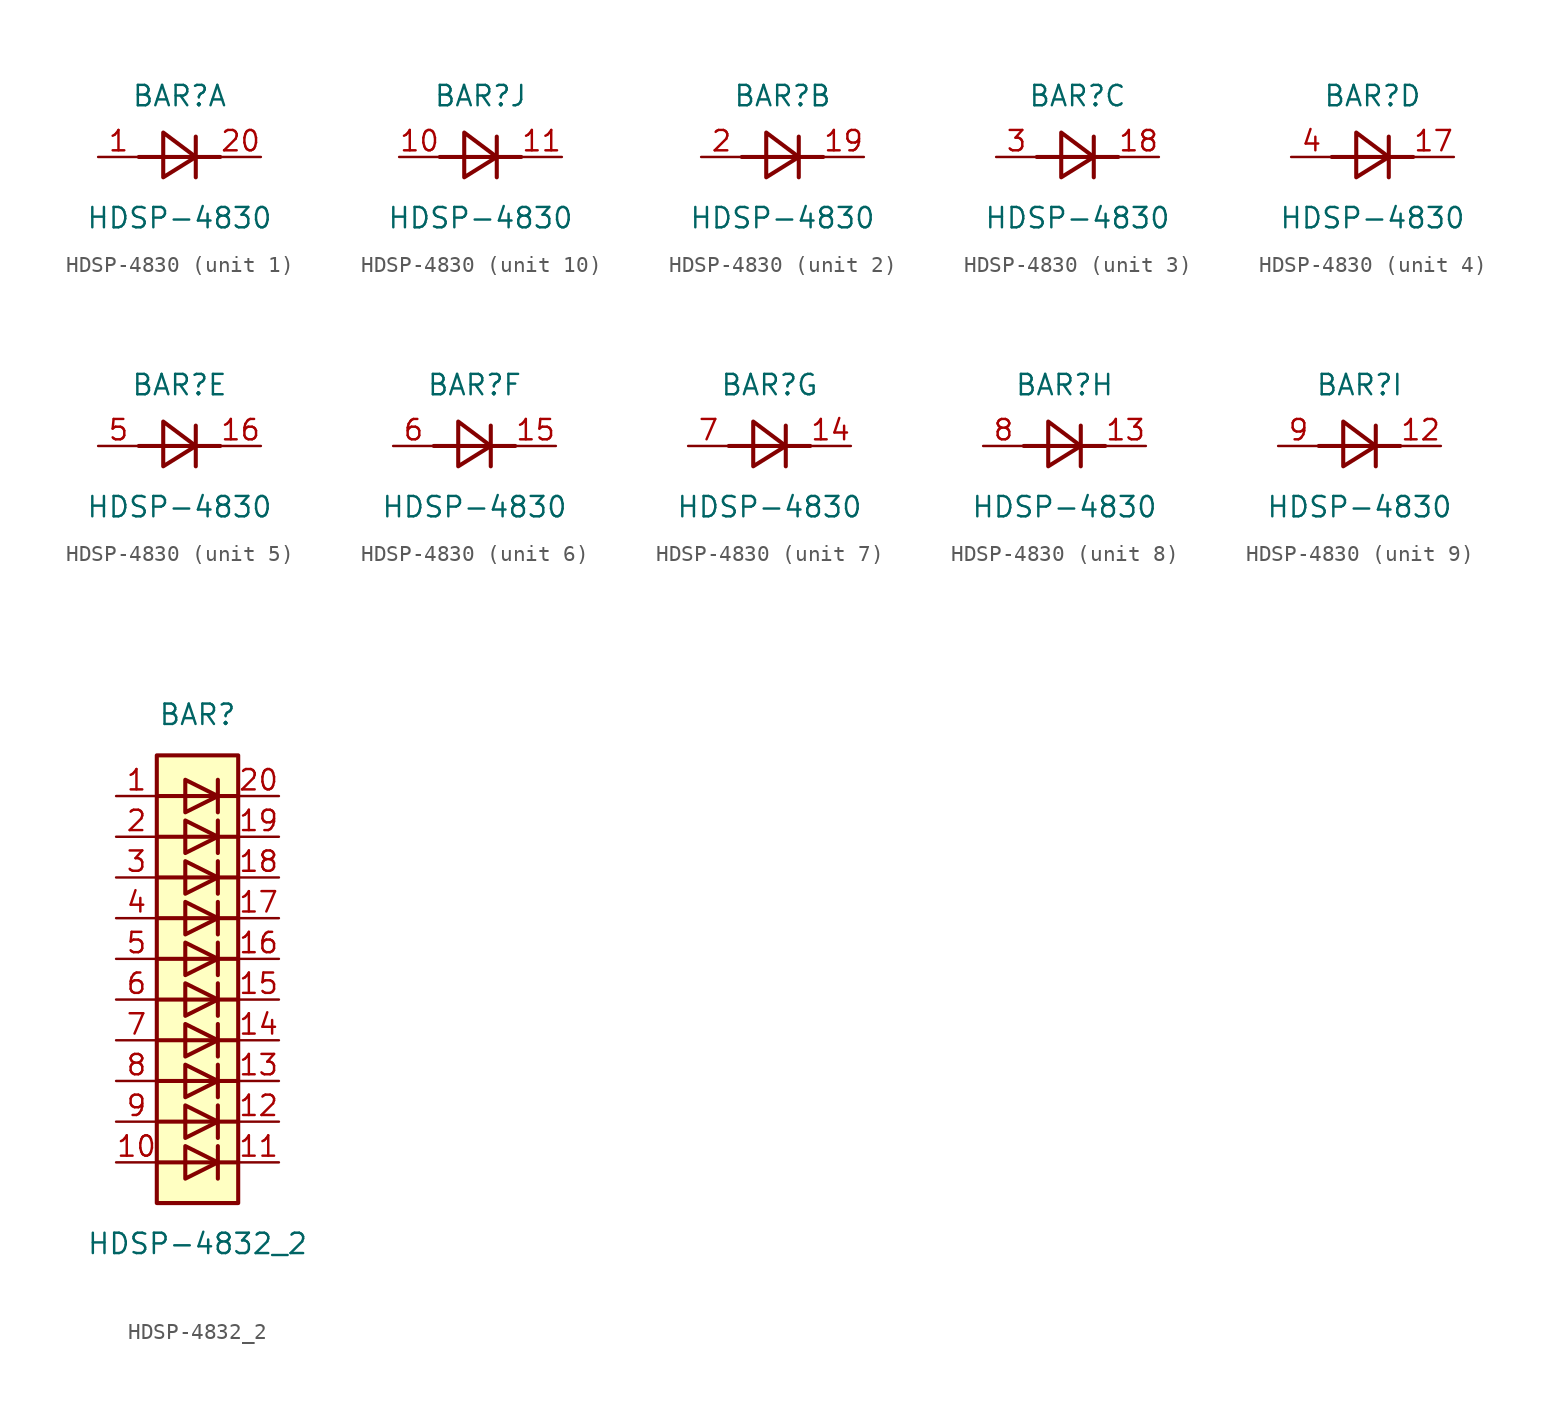
<source format=kicad_sym>
(kicad_symbol_lib
  (version 20201005)
  (generator kicad_symbol_editor)
  (symbol "HDSP-4830"
    (pin_names
      (offset 1.016) hide)
    (property "Reference" "BAR"
      (at 0 3.81 0)
      (effects (font (size 1.27 1.27))))
    (property "Value" "HDSP-4830"
      (at 0 -3.81 0)
      (effects (font (size 1.27 1.27))))
    (symbol "HDSP-4830_0_1"
      (polyline (pts (xy -2.54 0) (xy 2.54 0)) (stroke (width 0.254)) (fill (type none)))
      (polyline (pts (xy 1.016 -1.27) (xy 1.016 1.27)) (stroke (width 0.254)) (fill (type none)))
      (polyline (pts (xy -1.016 1.524) (xy -1.016 -1.27) (xy 1.016 0) (xy -1.016 1.524)) (stroke (width 0.254)) (fill (type none))))
    (symbol "HDSP-4830_1_1"
      (pin passive line (at -5.08 0 0) (length 2.54) (name "A" (effects (font (size 1.27 1.27)))) (number "1" (effects (font (size 1.27 1.27)))))
      (pin passive line (at 5.08 0 180) (length 2.54) (name "K" (effects (font (size 1.27 1.27)))) (number "20" (effects (font (size 1.27 1.27))))))
    (symbol "HDSP-4830_2_1"
      (pin passive line (at 5.08 0 180) (length 2.54) (name "K" (effects (font (size 1.27 1.27)))) (number "19" (effects (font (size 1.27 1.27)))))
      (pin passive line (at -5.08 0 0) (length 2.54) (name "A" (effects (font (size 1.27 1.27)))) (number "2" (effects (font (size 1.27 1.27))))))
    (symbol "HDSP-4830_3_1"
      (pin passive line (at 5.08 0 180) (length 2.54) (name "K" (effects (font (size 1.27 1.27)))) (number "18" (effects (font (size 1.27 1.27)))))
      (pin passive line (at -5.08 0 0) (length 2.54) (name "A" (effects (font (size 1.27 1.27)))) (number "3" (effects (font (size 1.27 1.27))))))
    (symbol "HDSP-4830_4_1"
      (pin passive line (at 5.08 0 180) (length 2.54) (name "K" (effects (font (size 1.27 1.27)))) (number "17" (effects (font (size 1.27 1.27)))))
      (pin passive line (at -5.08 0 0) (length 2.54) (name "A" (effects (font (size 1.27 1.27)))) (number "4" (effects (font (size 1.27 1.27))))))
    (symbol "HDSP-4830_5_1"
      (pin passive line (at 5.08 0 180) (length 2.54) (name "K" (effects (font (size 1.27 1.27)))) (number "16" (effects (font (size 1.27 1.27)))))
      (pin passive line (at -5.08 0 0) (length 2.54) (name "A" (effects (font (size 1.27 1.27)))) (number "5" (effects (font (size 1.27 1.27))))))
    (symbol "HDSP-4830_6_1"
      (pin passive line (at 5.08 0 180) (length 2.54) (name "K" (effects (font (size 1.27 1.27)))) (number "15" (effects (font (size 1.27 1.27)))))
      (pin passive line (at -5.08 0 0) (length 2.54) (name "A" (effects (font (size 1.27 1.27)))) (number "6" (effects (font (size 1.27 1.27))))))
    (symbol "HDSP-4830_7_1"
      (pin passive line (at 5.08 0 180) (length 2.54) (name "K" (effects (font (size 1.27 1.27)))) (number "14" (effects (font (size 1.27 1.27)))))
      (pin passive line (at -5.08 0 0) (length 2.54) (name "A" (effects (font (size 1.27 1.27)))) (number "7" (effects (font (size 1.27 1.27))))))
    (symbol "HDSP-4830_8_1"
      (pin passive line (at 5.08 0 180) (length 2.54) (name "K" (effects (font (size 1.27 1.27)))) (number "13" (effects (font (size 1.27 1.27)))))
      (pin passive line (at -5.08 0 0) (length 2.54) (name "A" (effects (font (size 1.27 1.27)))) (number "8" (effects (font (size 1.27 1.27))))))
    (symbol "HDSP-4830_9_1"
      (pin passive line (at 5.08 0 180) (length 2.54) (name "K" (effects (font (size 1.27 1.27)))) (number "12" (effects (font (size 1.27 1.27)))))
      (pin passive line (at -5.08 0 0) (length 2.54) (name "A" (effects (font (size 1.27 1.27)))) (number "9" (effects (font (size 1.27 1.27))))))
    (symbol "HDSP-4830_10_1"
      (pin passive line (at -5.08 0 0) (length 2.54) (name "A" (effects (font (size 1.27 1.27)))) (number "10" (effects (font (size 1.27 1.27)))))
      (pin passive line (at 5.08 0 180) (length 2.54) (name "K" (effects (font (size 1.27 1.27)))) (number "11" (effects (font (size 1.27 1.27)))))))
  (symbol "HDSP-4832_2"
    (pin_names
      (offset 1.016) hide)
    (property "Reference" "BAR"
      (at 0 15.24 0)
      (effects (font (size 1.27 1.27))))
    (property "Value" "HDSP-4832_2"
      (at 0 -17.78 0)
      (effects (font (size 1.27 1.27))))
    (symbol "HDSP-4832_2_0_1"
      (rectangle (start -2.54 12.7) (end 2.54 -15.24) (stroke (width 0.254)) (fill (type background)))
      (polyline (pts (xy -2.54 -12.7) (xy 2.54 -12.7)) (stroke (width 0.254)) (fill (type none)))
      (polyline (pts (xy -2.54 -10.16) (xy 2.54 -10.16)) (stroke (width 0.254)) (fill (type none)))
      (polyline (pts (xy -2.54 -7.62) (xy 2.54 -7.62)) (stroke (width 0.254)) (fill (type none)))
      (polyline (pts (xy -2.54 -5.08) (xy 2.54 -5.08)) (stroke (width 0.254)) (fill (type none)))
      (polyline (pts (xy -2.54 0) (xy 2.54 0)) (stroke (width 0.254)) (fill (type none)))
      (polyline (pts (xy -2.54 5.08) (xy 2.54 5.08)) (stroke (width 0.254)) (fill (type none)))
      (polyline (pts (xy -2.54 7.62) (xy 2.54 7.62)) (stroke (width 0.254)) (fill (type none)))
      (polyline (pts (xy -2.54 10.16) (xy 2.54 10.16)) (stroke (width 0.254)) (fill (type none)))
      (polyline (pts (xy 1.27 -11.684) (xy 1.27 -13.716)) (stroke (width 0.254)) (fill (type none)))
      (polyline (pts (xy 1.27 -9.144) (xy 1.27 -11.176)) (stroke (width 0.254)) (fill (type none)))
      (polyline (pts (xy 1.27 -6.604) (xy 1.27 -8.636)) (stroke (width 0.254)) (fill (type none)))
      (polyline (pts (xy 1.27 -4.064) (xy 1.27 -6.096)) (stroke (width 0.254)) (fill (type none)))
      (polyline (pts (xy 1.27 -1.524) (xy 1.27 -3.556)) (stroke (width 0.254)) (fill (type none)))
      (polyline (pts (xy 1.27 1.016) (xy 1.27 -1.016)) (stroke (width 0.254)) (fill (type none)))
      (polyline (pts (xy 1.27 3.556) (xy 1.27 1.524)) (stroke (width 0.254)) (fill (type none)))
      (polyline (pts (xy 1.27 6.096) (xy 1.27 4.064)) (stroke (width 0.254)) (fill (type none)))
      (polyline (pts (xy 1.27 8.636) (xy 1.27 6.604)) (stroke (width 0.254)) (fill (type none)))
      (polyline (pts (xy 1.27 11.176) (xy 1.27 9.144)) (stroke (width 0.254)) (fill (type none)))
      (polyline (pts (xy 2.54 -2.54) (xy -2.54 -2.54)) (stroke (width 0.254)) (fill (type none)))
      (polyline (pts (xy 2.54 2.54) (xy -2.54 2.54)) (stroke (width 0.254)) (fill (type none)))
      (polyline (pts (xy -0.762 -11.684) (xy -0.762 -13.716) (xy 1.27 -12.7) (xy -0.762 -11.684)) (stroke (width 0.254)) (fill (type none)))
      (polyline (pts (xy -0.762 -9.144) (xy -0.762 -11.176) (xy 1.27 -10.16) (xy -0.762 -9.144)) (stroke (width 0.254)) (fill (type none)))
      (polyline (pts (xy -0.762 -6.604) (xy -0.762 -8.636) (xy 1.27 -7.62) (xy -0.762 -6.604)) (stroke (width 0.254)) (fill (type none)))
      (polyline (pts (xy -0.762 -4.064) (xy -0.762 -6.096) (xy 1.27 -5.08) (xy -0.762 -4.064)) (stroke (width 0.254)) (fill (type none)))
      (polyline (pts (xy -0.762 -1.524) (xy -0.762 -3.556) (xy 1.27 -2.54) (xy -0.762 -1.524)) (stroke (width 0.254)) (fill (type none)))
      (polyline (pts (xy -0.762 1.016) (xy -0.762 -1.016) (xy 1.27 0) (xy -0.762 1.016)) (stroke (width 0.254)) (fill (type none)))
      (polyline (pts (xy -0.762 3.556) (xy -0.762 1.524) (xy 1.27 2.54) (xy -0.762 3.556)) (stroke (width 0.254)) (fill (type none)))
      (polyline (pts (xy -0.762 6.096) (xy -0.762 4.064) (xy 1.27 5.08) (xy -0.762 6.096)) (stroke (width 0.254)) (fill (type none)))
      (polyline (pts (xy -0.762 8.636) (xy -0.762 6.604) (xy 1.27 7.62) (xy -0.762 8.636)) (stroke (width 0.254)) (fill (type none)))
      (polyline (pts (xy -0.762 11.176) (xy -0.762 9.144) (xy 1.27 10.16) (xy -0.762 11.176)) (stroke (width 0.254)) (fill (type none))))
    (symbol "HDSP-4832_2_1_1"
      (pin passive line (at -5.08 10.16 0) (length 2.54) (name "A" (effects (font (size 1.27 1.27)))) (number "1" (effects (font (size 1.27 1.27)))))
      (pin passive line (at -5.08 -12.7 0) (length 2.54) (name "A" (effects (font (size 1.27 1.27)))) (number "10" (effects (font (size 1.27 1.27)))))
      (pin passive line (at 5.08 -12.7 180) (length 2.54) (name "K" (effects (font (size 1.27 1.27)))) (number "11" (effects (font (size 1.27 1.27)))))
      (pin passive line (at 5.08 -10.16 180) (length 2.54) (name "K" (effects (font (size 1.27 1.27)))) (number "12" (effects (font (size 1.27 1.27)))))
      (pin passive line (at 5.08 -7.62 180) (length 2.54) (name "K" (effects (font (size 1.27 1.27)))) (number "13" (effects (font (size 1.27 1.27)))))
      (pin passive line (at 5.08 -5.08 180) (length 2.54) (name "K" (effects (font (size 1.27 1.27)))) (number "14" (effects (font (size 1.27 1.27)))))
      (pin passive line (at 5.08 -2.54 180) (length 2.54) (name "K" (effects (font (size 1.27 1.27)))) (number "15" (effects (font (size 1.27 1.27)))))
      (pin passive line (at 5.08 0 180) (length 2.54) (name "K" (effects (font (size 1.27 1.27)))) (number "16" (effects (font (size 1.27 1.27)))))
      (pin passive line (at 5.08 2.54 180) (length 2.54) (name "K" (effects (font (size 1.27 1.27)))) (number "17" (effects (font (size 1.27 1.27)))))
      (pin passive line (at 5.08 5.08 180) (length 2.54) (name "K" (effects (font (size 1.27 1.27)))) (number "18" (effects (font (size 1.27 1.27)))))
      (pin passive line (at 5.08 7.62 180) (length 2.54) (name "K" (effects (font (size 1.27 1.27)))) (number "19" (effects (font (size 1.27 1.27)))))
      (pin passive line (at -5.08 7.62 0) (length 2.54) (name "A" (effects (font (size 1.27 1.27)))) (number "2" (effects (font (size 1.27 1.27)))))
      (pin passive line (at 5.08 10.16 180) (length 2.54) (name "K" (effects (font (size 1.27 1.27)))) (number "20" (effects (font (size 1.27 1.27)))))
      (pin passive line (at -5.08 5.08 0) (length 2.54) (name "A" (effects (font (size 1.27 1.27)))) (number "3" (effects (font (size 1.27 1.27)))))
      (pin passive line (at -5.08 2.54 0) (length 2.54) (name "A" (effects (font (size 1.27 1.27)))) (number "4" (effects (font (size 1.27 1.27)))))
      (pin passive line (at -5.08 0 0) (length 2.54) (name "A" (effects (font (size 1.27 1.27)))) (number "5" (effects (font (size 1.27 1.27)))))
      (pin passive line (at -5.08 -2.54 0) (length 2.54) (name "A" (effects (font (size 1.27 1.27)))) (number "6" (effects (font (size 1.27 1.27)))))
      (pin passive line (at -5.08 -5.08 0) (length 2.54) (name "A" (effects (font (size 1.27 1.27)))) (number "7" (effects (font (size 1.27 1.27)))))
      (pin passive line (at -5.08 -7.62 0) (length 2.54) (name "A" (effects (font (size 1.27 1.27)))) (number "8" (effects (font (size 1.27 1.27)))))
      (pin passive line (at -5.08 -10.16 0) (length 2.54) (name "A" (effects (font (size 1.27 1.27)))) (number "9" (effects (font (size 1.27 1.27))))))))
</source>
